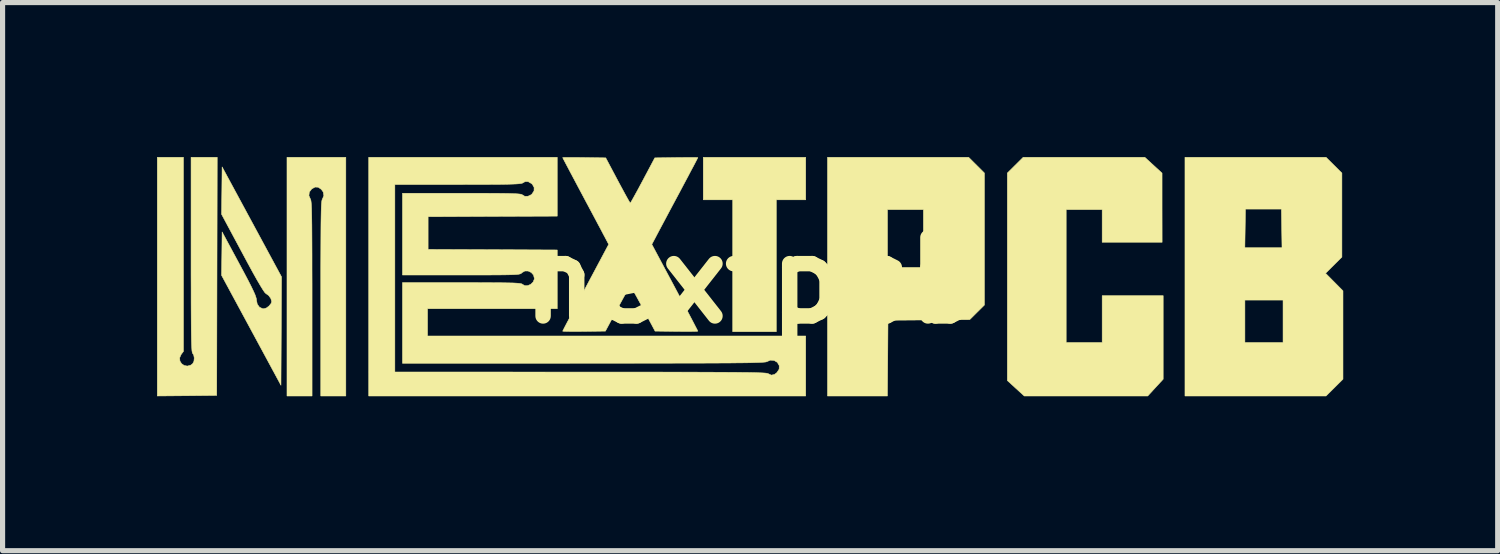
<source format=kicad_pcb>
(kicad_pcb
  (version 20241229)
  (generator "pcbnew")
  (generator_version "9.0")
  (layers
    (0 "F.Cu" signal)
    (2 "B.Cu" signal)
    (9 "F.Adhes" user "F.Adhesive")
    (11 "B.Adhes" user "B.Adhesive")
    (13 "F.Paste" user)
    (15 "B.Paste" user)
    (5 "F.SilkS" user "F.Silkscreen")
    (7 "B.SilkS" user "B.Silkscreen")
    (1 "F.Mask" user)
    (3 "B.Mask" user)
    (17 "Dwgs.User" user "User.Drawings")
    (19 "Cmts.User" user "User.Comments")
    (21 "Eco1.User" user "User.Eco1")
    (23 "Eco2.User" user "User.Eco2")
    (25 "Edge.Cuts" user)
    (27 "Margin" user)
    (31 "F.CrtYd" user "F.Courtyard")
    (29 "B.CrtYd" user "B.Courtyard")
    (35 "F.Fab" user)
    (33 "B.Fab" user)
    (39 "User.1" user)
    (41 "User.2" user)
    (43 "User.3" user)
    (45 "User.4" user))
  (footprint "nextpcb"
    (layer "F.Cu")
    (at 11.562 2.397)
    (property "Reference" "nextpcb" (at 0 0 0) (layer "F.SilkS") (effects (font (size 1.524 1.524) (thickness 0.3))))
    (attr through_hole)
    (fp_poly (pts (xy 1.037 -1.566) (xy 0.466 -1.566) (xy 0.466 0.995) (xy -0.381 0.995) (xy -0.381 -1.566) (xy -0.953 -1.566) (xy -0.953 -2.392) (xy 1.037 -2.392) (xy 1.037 -1.566)) (stroke (width 0.01) (type solid)) (fill yes) (layer "F.SilkS"))
    (fp_poly (pts (xy 4.355 -2.239) (xy 4.508 -2.086) (xy 4.508 0.477) (xy 4.365 0.619) (xy 4.222 0.761) (xy 3.429 0.767) (xy 2.635 0.773) (xy 2.63 1.508) (xy 2.624 2.244) (xy 1.46 2.244) (xy 1.46 -1.376) (xy 2.625 -1.376) (xy 2.625 -0.254) (xy 3.323 -0.254) (xy 3.323 -1.376) (xy 2.625 -1.376) (xy 1.46 -1.376) (xy 1.46 -2.392) (xy 4.201 -2.392) (xy 4.355 -2.239)) (stroke (width 0.01) (type solid)) (fill yes) (layer "F.SilkS"))
    (fp_poly (pts (xy 7.791 -2.238) (xy 7.958 -2.085) (xy 7.958 -1.413) (xy 7.959 -0.741) (xy 6.795 -0.741) (xy 6.795 -1.376) (xy 6.096 -1.376) (xy 6.096 1.206) (xy 6.795 1.206) (xy 6.795 0.296) (xy 7.98 0.296) (xy 7.98 1.918) (xy 7.83 2.081) (xy 7.68 2.244) (xy 6.481 2.244) (xy 5.281 2.244) (xy 5.117 2.094) (xy 4.953 1.944) (xy 4.953 -2.086) (xy 5.107 -2.239) (xy 5.261 -2.392) (xy 7.623 -2.392) (xy 7.791 -2.238)) (stroke (width 0.01) (type solid)) (fill yes) (layer "F.SilkS"))
    (fp_poly (pts (xy 11.297 -2.239) (xy 11.451 -2.086) (xy 11.451 -0.454) (xy 11.134 -0.139) (xy 11.472 0.202) (xy 11.472 1.917) (xy 11.143 2.244) (xy 8.403 2.244) (xy 8.403 0.381) (xy 9.567 0.381) (xy 9.567 1.206) (xy 10.308 1.206) (xy 10.308 0.381) (xy 9.567 0.381) (xy 8.403 0.381) (xy 8.403 -0.635) (xy 9.566 -0.635) (xy 10.288 -0.635) (xy 10.276 -1.386) (xy 9.578 -1.386) (xy 9.572 -1.011) (xy 9.566 -0.635) (xy 8.403 -0.635) (xy 8.403 -2.392) (xy 11.143 -2.392) (xy 11.297 -2.239)) (stroke (width 0.01) (type solid)) (fill yes) (layer "F.SilkS"))
    (fp_poly (pts (xy -11.049 1.378) (xy -11.094 1.438) (xy -11.123 1.504) (xy -11.117 1.566) (xy -11.085 1.617) (xy -11.034 1.652) (xy -10.973 1.663) (xy -10.909 1.646) (xy -10.869 1.616) (xy -10.845 1.569) (xy -10.839 1.506) (xy -10.85 1.447) (xy -10.869 1.418) (xy -10.875 1.41) (xy -10.879 1.392) (xy -10.884 1.363) (xy -10.887 1.32) (xy -10.89 1.26) (xy -10.893 1.181) (xy -10.895 1.081) (xy -10.897 0.956) (xy -10.898 0.805) (xy -10.899 0.624) (xy -10.9 0.412) (xy -10.9 0.165) (xy -10.901 -0.118) (xy -10.901 -0.441) (xy -10.901 -0.5) (xy -10.901 -2.392) (xy -10.393 -2.392) (xy -10.398 -0.079) (xy -10.403 2.233) (xy -10.98 2.239) (xy -11.557 2.244) (xy -11.557 -2.392) (xy -11.049 -2.392) (xy -11.049 1.378)) (stroke (width 0.01) (type solid)) (fill yes) (layer "F.SilkS"))
    (fp_poly (pts (xy -9.144 -0.07) (xy -9.155 2.036) (xy -9.732 0.968) (xy -10.309 -0.1) (xy -10.303 -0.521) (xy -10.298 -0.942) (xy -9.964 -0.322) (xy -9.869 -0.145) (xy -9.793 -0.001) (xy -9.734 0.115) (xy -9.691 0.204) (xy -9.66 0.273) (xy -9.642 0.324) (xy -9.632 0.361) (xy -9.631 0.381) (xy -9.615 0.461) (xy -9.572 0.52) (xy -9.509 0.549) (xy -9.488 0.55) (xy -9.436 0.534) (xy -9.384 0.494) (xy -9.345 0.444) (xy -9.335 0.408) (xy -9.352 0.35) (xy -9.394 0.292) (xy -9.448 0.254) (xy -9.448 0.254) (xy -9.469 0.234) (xy -9.504 0.183) (xy -9.555 0.1) (xy -9.623 -0.016) (xy -9.707 -0.166) (xy -9.808 -0.352) (xy -9.901 -0.525) (xy -10.309 -1.286) (xy -10.303 -1.745) (xy -10.298 -2.205) (xy -9.144 -0.07)) (stroke (width 0.01) (type solid)) (fill yes) (layer "F.SilkS"))
    (fp_poly (pts (xy -7.895 2.244) (xy -8.382 2.244) (xy -8.382 0.353) (xy -8.382 0.022) (xy -8.382 -0.269) (xy -8.381 -0.523) (xy -8.38 -0.742) (xy -8.379 -0.929) (xy -8.378 -1.086) (xy -8.376 -1.216) (xy -8.374 -1.322) (xy -8.372 -1.405) (xy -8.369 -1.469) (xy -8.365 -1.516) (xy -8.361 -1.548) (xy -8.356 -1.568) (xy -8.351 -1.578) (xy -8.322 -1.647) (xy -8.334 -1.717) (xy -8.37 -1.768) (xy -8.431 -1.811) (xy -8.492 -1.814) (xy -8.559 -1.777) (xy -8.559 -1.776) (xy -8.604 -1.717) (xy -8.612 -1.647) (xy -8.582 -1.578) (xy -8.577 -1.567) (xy -8.572 -1.545) (xy -8.568 -1.512) (xy -8.564 -1.463) (xy -8.561 -1.397) (xy -8.559 -1.312) (xy -8.557 -1.204) (xy -8.555 -1.071) (xy -8.554 -0.911) (xy -8.553 -0.721) (xy -8.552 -0.498) (xy -8.552 -0.241) (xy -8.551 0.054) (xy -8.551 0.353) (xy -8.551 2.244) (xy -9.038 2.244) (xy -9.038 -2.392) (xy -7.895 -2.392) (xy -7.895 2.244)) (stroke (width 0.01) (type solid)) (fill yes) (layer "F.SilkS"))
    (fp_poly (pts (xy -3.412 -2.389) (xy -3.287 -2.387) (xy -3.265 -2.387) (xy -2.847 -2.381) (xy -2.614 -1.942) (xy -2.548 -1.819) (xy -2.488 -1.708) (xy -2.438 -1.617) (xy -2.4 -1.549) (xy -2.376 -1.51) (xy -2.371 -1.503) (xy -2.358 -1.521) (xy -2.329 -1.571) (xy -2.286 -1.649) (xy -2.231 -1.748) (xy -2.169 -1.864) (xy -2.127 -1.942) (xy -1.894 -2.381) (xy -1.476 -2.387) (xy -1.349 -2.388) (xy -1.237 -2.389) (xy -1.147 -2.389) (xy -1.085 -2.388) (xy -1.059 -2.386) (xy -1.058 -2.386) (xy -1.068 -2.366) (xy -1.095 -2.313) (xy -1.138 -2.231) (xy -1.195 -2.125) (xy -1.262 -1.997) (xy -1.339 -1.853) (xy -1.422 -1.696) (xy -1.43 -1.681) (xy -1.518 -1.517) (xy -1.603 -1.358) (xy -1.681 -1.211) (xy -1.751 -1.08) (xy -1.809 -0.971) (xy -1.852 -0.89) (xy -1.877 -0.842) (xy -1.952 -0.701) (xy -1.505 0.136) (xy -1.413 0.309) (xy -1.327 0.471) (xy -1.249 0.617) (xy -1.182 0.744) (xy -1.128 0.848) (xy -1.088 0.925) (xy -1.064 0.972) (xy -1.058 0.984) (xy -1.078 0.988) (xy -1.134 0.99) (xy -1.22 0.991) (xy -1.329 0.991) (xy -1.454 0.99) (xy -1.474 0.99) (xy -1.889 0.984) (xy -2.123 0.545) (xy -2.19 0.421) (xy -2.25 0.311) (xy -2.302 0.219) (xy -2.341 0.152) (xy -2.365 0.113) (xy -2.371 0.106) (xy -2.384 0.124) (xy -2.414 0.174) (xy -2.457 0.251) (xy -2.512 0.35) (xy -2.575 0.466) (xy -2.618 0.545) (xy -2.853 0.984) (xy -3.268 0.99) (xy -3.395 0.991) (xy -3.507 0.991) (xy -3.596 0.99) (xy -3.657 0.988) (xy -3.683 0.985) (xy -3.683 0.984) (xy -3.673 0.964) (xy -3.646 0.91) (xy -3.602 0.826) (xy -3.544 0.717) (xy -3.475 0.585) (xy -3.395 0.435) (xy -3.308 0.27) (xy -3.236 0.136) (xy -2.79 -0.701) (xy -2.864 -0.842) (xy -2.892 -0.894) (xy -2.936 -0.978) (xy -2.995 -1.088) (xy -3.065 -1.22) (xy -3.144 -1.368) (xy -3.229 -1.527) (xy -3.311 -1.681) (xy -3.395 -1.839) (xy -3.472 -1.984) (xy -3.541 -2.114) (xy -3.598 -2.222) (xy -3.643 -2.307) (xy -3.672 -2.362) (xy -3.683 -2.385) (xy -3.683 -2.386) (xy -3.663 -2.388) (xy -3.607 -2.389) (xy -3.521 -2.389) (xy -3.412 -2.389)) (stroke (width 0.01) (type solid)) (fill yes) (layer "F.SilkS"))
    (fp_poly (pts (xy -3.789 -1.249) (xy -5.043 -1.244) (xy -6.297 -1.238) (xy -6.297 -0.603) (xy -5.043 -0.598) (xy -3.789 -0.592) (xy -3.789 0.55) (xy -6.308 0.55) (xy -6.308 1.079) (xy 1.037 1.079) (xy 1.037 2.244) (xy -7.451 2.244) (xy -7.451 -1.863) (xy -6.943 -1.863) (xy -6.943 1.778) (xy -3.339 1.779) (xy -2.876 1.779) (xy -2.453 1.779) (xy -2.069 1.779) (xy -1.721 1.78) (xy -1.409 1.78) (xy -1.13 1.781) (xy -0.882 1.782) (xy -0.664 1.783) (xy -0.474 1.784) (xy -0.309 1.785) (xy -0.169 1.787) (xy -0.051 1.788) (xy 0.046 1.79) (xy 0.125 1.793) (xy 0.187 1.795) (xy 0.234 1.798) (xy 0.268 1.801) (xy 0.29 1.805) (xy 0.303 1.809) (xy 0.306 1.81) (xy 0.369 1.839) (xy 0.43 1.826) (xy 0.477 1.79) (xy 0.521 1.723) (xy 0.523 1.655) (xy 0.486 1.591) (xy 0.424 1.554) (xy 0.351 1.548) (xy 0.285 1.576) (xy 0.275 1.58) (xy 0.257 1.584) (xy 0.228 1.587) (xy 0.187 1.59) (xy 0.131 1.593) (xy 0.059 1.595) (xy -0.031 1.598) (xy -0.141 1.6) (xy -0.272 1.601) (xy -0.427 1.603) (xy -0.608 1.604) (xy -0.816 1.605) (xy -1.052 1.606) (xy -1.32 1.606) (xy -1.621 1.607) (xy -1.956 1.607) (xy -2.328 1.608) (xy -2.738 1.608) (xy -3.188 1.608) (xy -3.276 1.608) (xy -6.795 1.609) (xy -6.795 0.042) (xy -5.644 0.042) (xy -5.39 0.042) (xy -5.175 0.043) (xy -4.997 0.044) (xy -4.851 0.045) (xy -4.734 0.047) (xy -4.643 0.049) (xy -4.575 0.053) (xy -4.527 0.057) (xy -4.494 0.062) (xy -4.475 0.068) (xy -4.466 0.074) (xy -4.419 0.102) (xy -4.361 0.1) (xy -4.303 0.075) (xy -4.257 0.03) (xy -4.234 -0.027) (xy -4.233 -0.039) (xy -4.25 -0.106) (xy -4.294 -0.155) (xy -4.354 -0.183) (xy -4.417 -0.184) (xy -4.473 -0.152) (xy -4.477 -0.148) (xy -4.486 -0.139) (xy -4.499 -0.131) (xy -4.518 -0.125) (xy -4.547 -0.119) (xy -4.589 -0.115) (xy -4.648 -0.112) (xy -4.728 -0.11) (xy -4.831 -0.108) (xy -4.961 -0.107) (xy -5.122 -0.106) (xy -5.318 -0.106) (xy -5.55 -0.106) (xy -5.655 -0.106) (xy -6.795 -0.106) (xy -6.795 -1.693) (xy -5.644 -1.693) (xy -5.39 -1.693) (xy -5.175 -1.693) (xy -4.997 -1.692) (xy -4.851 -1.691) (xy -4.734 -1.689) (xy -4.643 -1.686) (xy -4.575 -1.683) (xy -4.527 -1.679) (xy -4.494 -1.674) (xy -4.475 -1.668) (xy -4.466 -1.662) (xy -4.419 -1.634) (xy -4.356 -1.636) (xy -4.295 -1.665) (xy -4.282 -1.676) (xy -4.24 -1.739) (xy -4.238 -1.806) (xy -4.273 -1.868) (xy -4.289 -1.882) (xy -4.355 -1.92) (xy -4.414 -1.919) (xy -4.457 -1.895) (xy -4.471 -1.888) (xy -4.495 -1.883) (xy -4.534 -1.878) (xy -4.589 -1.874) (xy -4.665 -1.871) (xy -4.764 -1.868) (xy -4.889 -1.866) (xy -5.044 -1.865) (xy -5.232 -1.864) (xy -5.456 -1.864) (xy -5.72 -1.863) (xy -5.72 -1.863) (xy -6.943 -1.863) (xy -7.451 -1.863) (xy -7.451 -2.392) (xy -3.789 -2.392) (xy -3.789 -1.249)) (stroke (width 0.01) (type solid)) (fill yes) (layer "F.SilkS")))
  (gr_rect
    (start -3 -3)
    (end 26.039 7.646)
    (stroke (width 0.1) (type default))
    (fill no)
    (layer "Edge.Cuts")))
</source>
